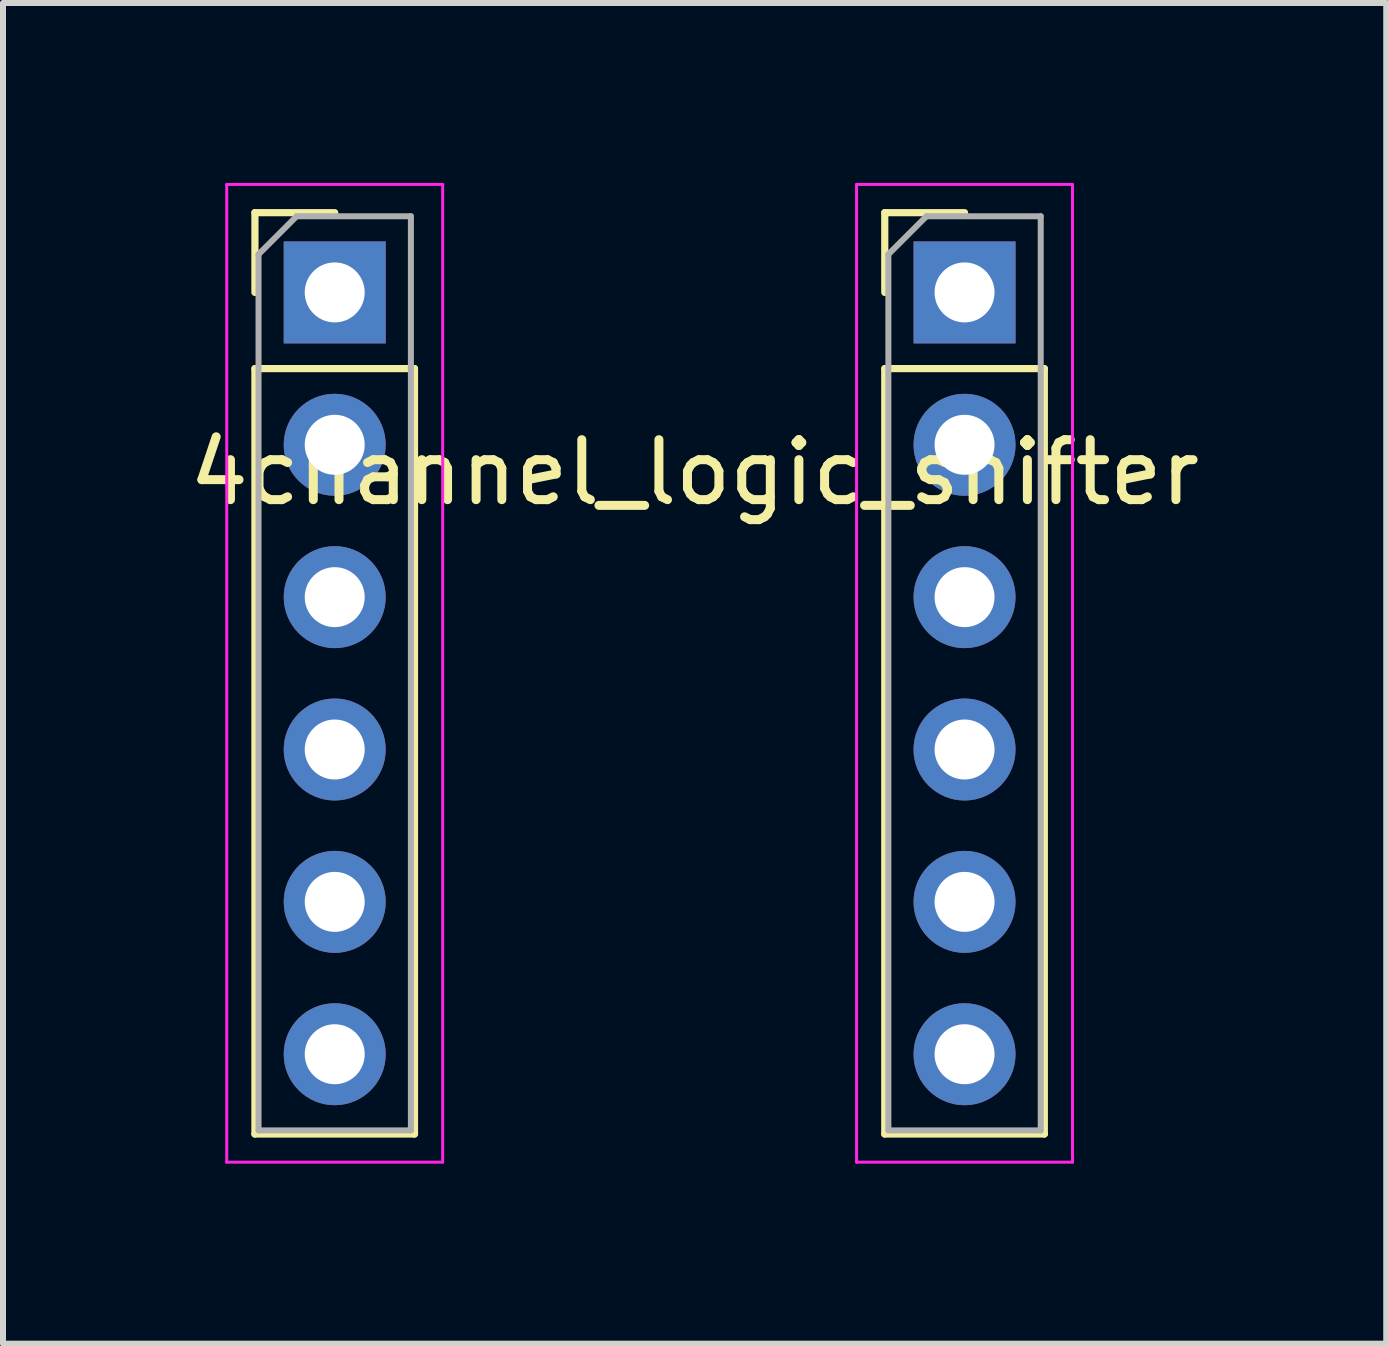
<source format=kicad_pcb>
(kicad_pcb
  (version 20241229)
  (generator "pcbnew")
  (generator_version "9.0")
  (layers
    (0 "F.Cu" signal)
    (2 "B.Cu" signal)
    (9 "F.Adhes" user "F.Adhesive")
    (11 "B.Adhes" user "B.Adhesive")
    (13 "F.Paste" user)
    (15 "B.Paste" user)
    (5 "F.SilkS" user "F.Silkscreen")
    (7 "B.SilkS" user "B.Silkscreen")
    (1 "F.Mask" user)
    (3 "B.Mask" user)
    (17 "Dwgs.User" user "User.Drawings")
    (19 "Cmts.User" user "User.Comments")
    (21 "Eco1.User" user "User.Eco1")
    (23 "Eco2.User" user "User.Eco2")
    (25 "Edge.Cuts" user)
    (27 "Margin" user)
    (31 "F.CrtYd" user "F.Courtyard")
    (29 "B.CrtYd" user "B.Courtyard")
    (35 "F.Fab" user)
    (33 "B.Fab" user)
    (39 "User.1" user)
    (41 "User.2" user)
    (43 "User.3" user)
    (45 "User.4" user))
  (footprint "4channel_logic_shifter"
    (layer "F.Cu")
    (at 2.53 1.825)
    (property "Reference" "4channel_logic_shifter" (at 6 3 0) (layer "F.SilkS") (effects (font (size 1 1) (thickness 0.15))))
    (attr through_hole)
    (fp_line (start -1.33 -1.33) (end 0 -1.33) (stroke (width 0.12) (type solid)) (layer "F.SilkS"))
    (fp_line (start -1.33 0) (end -1.33 -1.33) (stroke (width 0.12) (type solid)) (layer "F.SilkS"))
    (fp_line (start -1.33 1.27) (end -1.33 14.03) (stroke (width 0.12) (type solid)) (layer "F.SilkS"))
    (fp_line (start -1.33 1.27) (end 1.33 1.27) (stroke (width 0.12) (type solid)) (layer "F.SilkS"))
    (fp_line (start -1.33 14.03) (end 1.33 14.03) (stroke (width 0.12) (type solid)) (layer "F.SilkS"))
    (fp_line (start 1.33 1.27) (end 1.33 14.03) (stroke (width 0.12) (type solid)) (layer "F.SilkS"))
    (fp_line (start 9.17 -1.33) (end 10.5 -1.33) (stroke (width 0.12) (type solid)) (layer "F.SilkS"))
    (fp_line (start 9.17 0) (end 9.17 -1.33) (stroke (width 0.12) (type solid)) (layer "F.SilkS"))
    (fp_line (start 9.17 1.27) (end 9.17 14.03) (stroke (width 0.12) (type solid)) (layer "F.SilkS"))
    (fp_line (start 9.17 1.27) (end 11.83 1.27) (stroke (width 0.12) (type solid)) (layer "F.SilkS"))
    (fp_line (start 9.17 14.03) (end 11.83 14.03) (stroke (width 0.12) (type solid)) (layer "F.SilkS"))
    (fp_line (start 11.83 1.27) (end 11.83 14.03) (stroke (width 0.12) (type solid)) (layer "F.SilkS"))
    (fp_line (start -1.8 -1.8) (end -1.8 14.5) (stroke (width 0.05) (type solid)) (layer "F.CrtYd"))
    (fp_line (start -1.8 14.5) (end 1.8 14.5) (stroke (width 0.05) (type solid)) (layer "F.CrtYd"))
    (fp_line (start 1.8 -1.8) (end -1.8 -1.8) (stroke (width 0.05) (type solid)) (layer "F.CrtYd"))
    (fp_line (start 1.8 14.5) (end 1.8 -1.8) (stroke (width 0.05) (type solid)) (layer "F.CrtYd"))
    (fp_line (start 8.7 -1.8) (end 8.7 14.5) (stroke (width 0.05) (type solid)) (layer "F.CrtYd"))
    (fp_line (start 8.7 14.5) (end 12.3 14.5) (stroke (width 0.05) (type solid)) (layer "F.CrtYd"))
    (fp_line (start 12.3 -1.8) (end 8.7 -1.8) (stroke (width 0.05) (type solid)) (layer "F.CrtYd"))
    (fp_line (start 12.3 14.5) (end 12.3 -1.8) (stroke (width 0.05) (type solid)) (layer "F.CrtYd"))
    (fp_line (start -1.27 -0.635) (end -0.635 -1.27) (stroke (width 0.1) (type solid)) (layer "F.Fab"))
    (fp_line (start -1.27 13.97) (end -1.27 -0.635) (stroke (width 0.1) (type solid)) (layer "F.Fab"))
    (fp_line (start -0.635 -1.27) (end 1.27 -1.27) (stroke (width 0.1) (type solid)) (layer "F.Fab"))
    (fp_line (start 1.27 -1.27) (end 1.27 13.97) (stroke (width 0.1) (type solid)) (layer "F.Fab"))
    (fp_line (start 1.27 13.97) (end -1.27 13.97) (stroke (width 0.1) (type solid)) (layer "F.Fab"))
    (fp_line (start 9.23 -0.635) (end 9.865 -1.27) (stroke (width 0.1) (type solid)) (layer "F.Fab"))
    (fp_line (start 9.23 13.97) (end 9.23 -0.635) (stroke (width 0.1) (type solid)) (layer "F.Fab"))
    (fp_line (start 9.865 -1.27) (end 11.77 -1.27) (stroke (width 0.1) (type solid)) (layer "F.Fab"))
    (fp_line (start 11.77 -1.27) (end 11.77 13.97) (stroke (width 0.1) (type solid)) (layer "F.Fab"))
    (fp_line (start 11.77 13.97) (end 9.23 13.97) (stroke (width 0.1) (type solid)) (layer "F.Fab"))
    (pad "1" thru_hole rect (at 0 0) (size 1.7 1.7) (drill 1) (layers "*.Cu" "*.Mask"))
    (pad "1" thru_hole rect (at 10.5 0) (size 1.7 1.7) (drill 1) (layers "*.Cu" "*.Mask"))
    (pad "2" thru_hole oval (at 0 2.54) (size 1.7 1.7) (drill 1) (layers "*.Cu" "*.Mask"))
    (pad "2" thru_hole oval (at 10.5 2.54) (size 1.7 1.7) (drill 1) (layers "*.Cu" "*.Mask"))
    (pad "3" thru_hole oval (at 0 5.08) (size 1.7 1.7) (drill 1) (layers "*.Cu" "*.Mask"))
    (pad "3" thru_hole oval (at 10.5 5.08) (size 1.7 1.7) (drill 1) (layers "*.Cu" "*.Mask"))
    (pad "4" thru_hole oval (at 0 7.62) (size 1.7 1.7) (drill 1) (layers "*.Cu" "*.Mask"))
    (pad "4" thru_hole oval (at 10.5 7.62) (size 1.7 1.7) (drill 1) (layers "*.Cu" "*.Mask"))
    (pad "5" thru_hole oval (at 0 10.16) (size 1.7 1.7) (drill 1) (layers "*.Cu" "*.Mask"))
    (pad "5" thru_hole oval (at 10.5 10.16) (size 1.7 1.7) (drill 1) (layers "*.Cu" "*.Mask"))
    (pad "6" thru_hole oval (at 0 12.7) (size 1.7 1.7) (drill 1) (layers "*.Cu" "*.Mask"))
    (pad "6" thru_hole oval (at 10.5 12.7) (size 1.7 1.7) (drill 1) (layers "*.Cu" "*.Mask")))
  (gr_rect
    (start -3 -3)
    (end 20.06 19.35)
    (stroke (width 0.1) (type default))
    (fill no)
    (layer "Edge.Cuts")))
</source>
